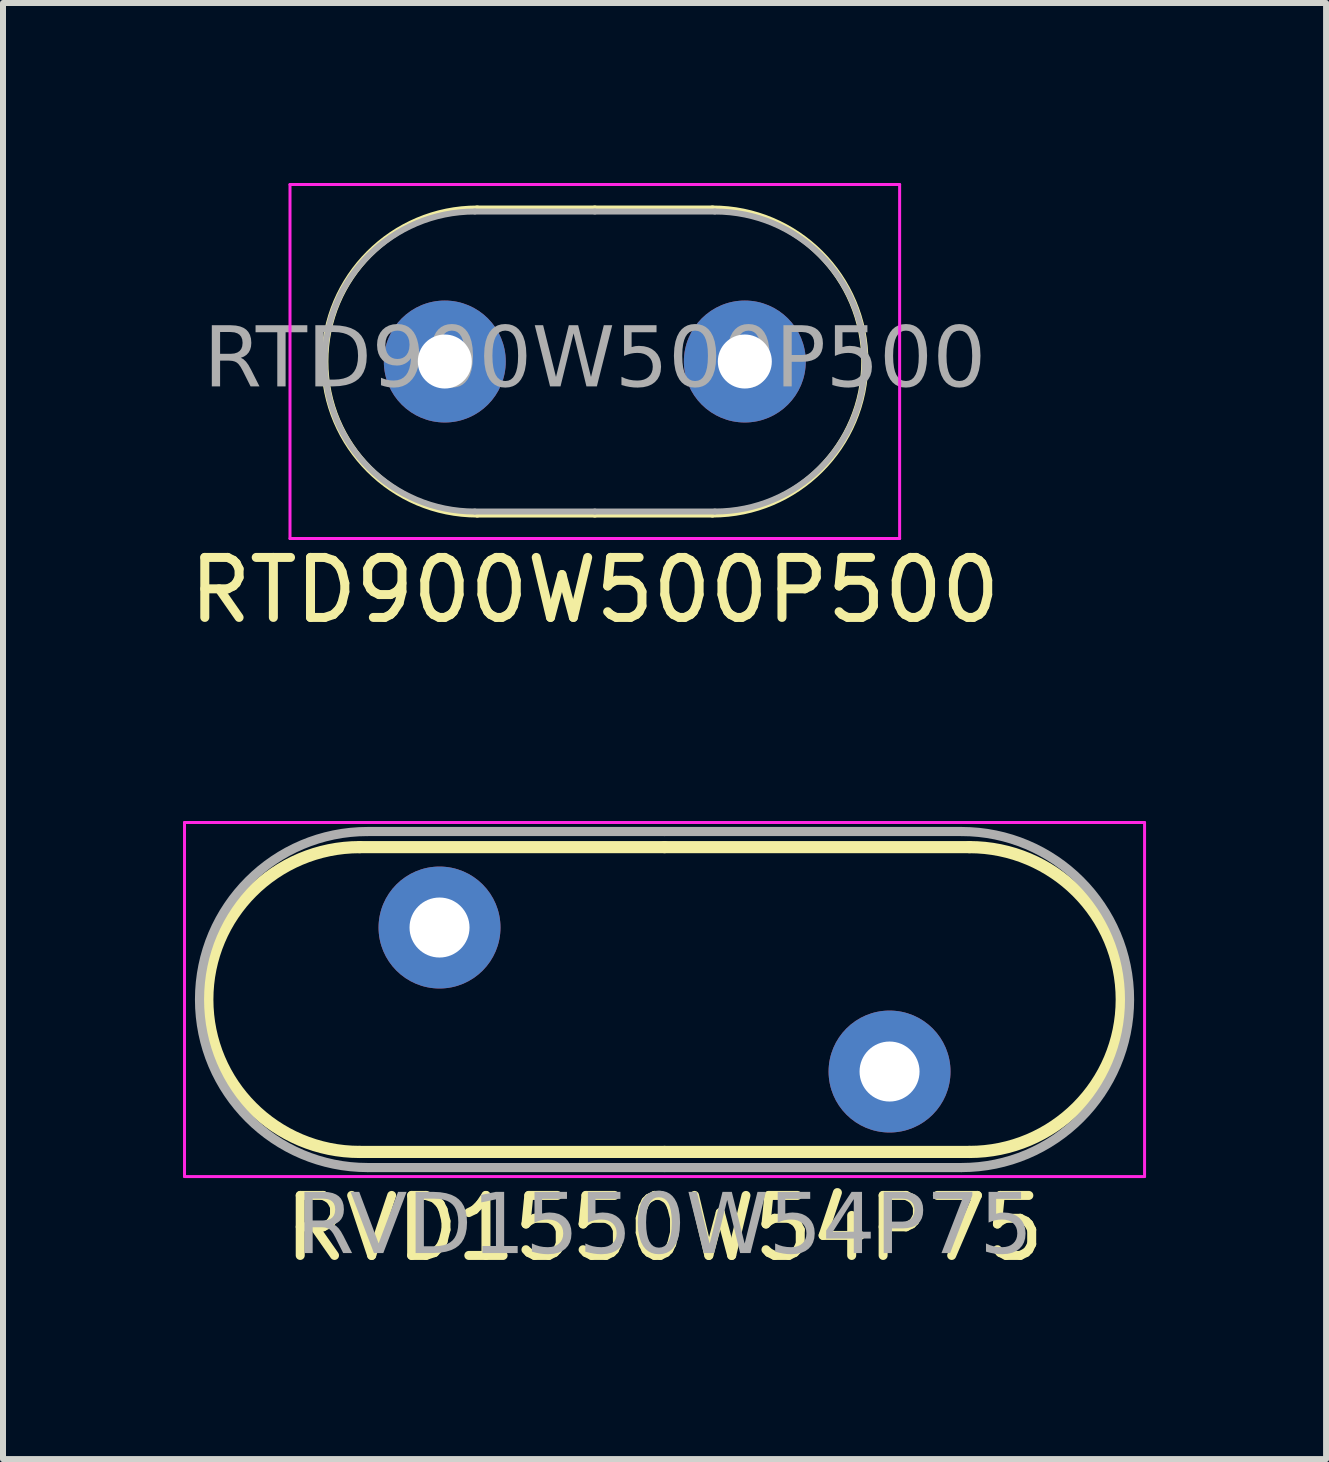
<source format=kicad_pcb>
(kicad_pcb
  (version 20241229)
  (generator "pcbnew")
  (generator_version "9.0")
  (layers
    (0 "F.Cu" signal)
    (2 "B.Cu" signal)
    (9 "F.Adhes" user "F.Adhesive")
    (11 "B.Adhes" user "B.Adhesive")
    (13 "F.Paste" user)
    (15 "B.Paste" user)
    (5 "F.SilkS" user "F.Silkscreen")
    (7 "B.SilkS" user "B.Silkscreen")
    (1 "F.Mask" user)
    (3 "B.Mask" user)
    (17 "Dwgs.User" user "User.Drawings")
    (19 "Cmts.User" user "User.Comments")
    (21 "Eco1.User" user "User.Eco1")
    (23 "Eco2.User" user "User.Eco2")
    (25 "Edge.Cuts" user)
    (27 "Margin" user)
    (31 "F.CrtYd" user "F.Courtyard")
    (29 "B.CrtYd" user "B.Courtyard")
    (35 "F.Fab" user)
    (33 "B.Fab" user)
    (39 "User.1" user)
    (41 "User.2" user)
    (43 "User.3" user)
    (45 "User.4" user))
  (footprint "RTD900W500P500"
    (layer "F.Cu")
    (at 6.863 2.975)
    (property "Reference" "RTD900W500P500" (at 0 3.81 0) (layer "F.SilkS") (effects (font (size 1 1) (thickness 0.15))))
    (attr through_hole)
    (fp_line (start -1.96 -2.54) (end 0 -2.54) (stroke (width 0.12) (type solid)) (layer "F.SilkS"))
    (fp_line (start -1.96 2.54) (end 0 2.54) (stroke (width 0.12) (type solid)) (layer "F.SilkS"))
    (fp_line (start 1.96 -2.54) (end 0 -2.54) (stroke (width 0.12) (type solid)) (layer "F.SilkS"))
    (fp_line (start 1.96 2.54) (end 0 2.54) (stroke (width 0.12) (type solid)) (layer "F.SilkS"))
    (fp_arc (start -1.96 2.54) (mid -4.5 0) (end -1.96 -2.54) (stroke (width 0.12) (type default)) (layer "F.SilkS"))
    (fp_arc (start 1.96 -2.54) (mid 4.5 0) (end 1.96 2.54) (stroke (width 0.12) (type default)) (layer "F.SilkS"))
    (fp_line (start -5.08 -2.95) (end -5.08 2.95) (stroke (width 0.05) (type solid)) (layer "F.CrtYd"))
    (fp_line (start -5.08 -2.95) (end 5.08 -2.95) (stroke (width 0.05) (type solid)) (layer "F.CrtYd"))
    (fp_line (start -5.08 2.95) (end 5.08 2.95) (stroke (width 0.05) (type solid)) (layer "F.CrtYd"))
    (fp_line (start 5.08 -2.95) (end 5.08 2.95) (stroke (width 0.05) (type solid)) (layer "F.CrtYd"))
    (fp_line (start -2 -2.5) (end 0 -2.5) (stroke (width 0.1) (type solid)) (layer "F.Fab"))
    (fp_line (start -2 2.5) (end 0 2.5) (stroke (width 0.1) (type solid)) (layer "F.Fab"))
    (fp_line (start 2 -2.5) (end 0 -2.5) (stroke (width 0.1) (type solid)) (layer "F.Fab"))
    (fp_line (start 2 2.5) (end 0 2.5) (stroke (width 0.1) (type solid)) (layer "F.Fab"))
    (fp_arc (start -2 2.5) (mid -4.5 0) (end -2 -2.5) (stroke (width 0.1) (type solid)) (layer "F.Fab"))
    (fp_arc (start 2 -2.5) (mid 4.5 0) (end 2 2.5) (stroke (width 0.1) (type solid)) (layer "F.Fab"))
    (fp_text user "${REFERENCE}" (at 0 0 0) (layer "F.Fab") (effects (font (face "Tahoma") (size 1 1) (thickness 0.15))))
    (pad "1" thru_hole circle (at -2.5 0) (size 2.032 2.032) (drill 0.9) (layers "*.Cu" "*.Mask"))
    (pad "2" thru_hole circle (at 2.5 0) (size 2.032 2.032) (drill 0.9) (layers "*.Cu" "*.Mask")))
  (footprint "RVD1550W54P75"
    (layer "F.Cu")
    (at 8.025 13.608)
    (property "Reference" "RVD1550W54P75" (at 0 3.81 0) (layer "F.SilkS") (effects (font (size 1 1) (thickness 0.15))))
    (attr through_hole)
    (fp_line (start -5.08 -2.54) (end 0 -2.54) (stroke (width 0.203) (type solid)) (layer "F.SilkS"))
    (fp_line (start -5.08 2.54) (end 0 2.54) (stroke (width 0.203) (type solid)) (layer "F.SilkS"))
    (fp_line (start 5.08 -2.54) (end 0 -2.54) (stroke (width 0.203) (type solid)) (layer "F.SilkS"))
    (fp_line (start 5.08 2.54) (end 0 2.54) (stroke (width 0.203) (type solid)) (layer "F.SilkS"))
    (fp_arc (start -5.08 2.54) (mid -7.62 0) (end -5.08 -2.54) (stroke (width 0.2032) (type default)) (layer "F.SilkS"))
    (fp_arc (start 5.08 -2.54) (mid 7.62 0) (end 5.08 2.54) (stroke (width 0.2032) (type default)) (layer "F.SilkS"))
    (fp_line (start -8 -2.95) (end -8 2.95) (stroke (width 0.05) (type solid)) (layer "F.CrtYd"))
    (fp_line (start -8 -2.95) (end 8 -2.95) (stroke (width 0.05) (type solid)) (layer "F.CrtYd"))
    (fp_line (start -8 2.95) (end 8 2.95) (stroke (width 0.05) (type solid)) (layer "F.CrtYd"))
    (fp_line (start 8 -2.95) (end 8 2.95) (stroke (width 0.05) (type solid)) (layer "F.CrtYd"))
    (fp_line (start -4.95 -2.8) (end 0 -2.8) (stroke (width 0.152) (type solid)) (layer "F.Fab"))
    (fp_line (start -4.95 2.8) (end 0 2.8) (stroke (width 0.152) (type solid)) (layer "F.Fab"))
    (fp_line (start 4.95 -2.8) (end 0 -2.8) (stroke (width 0.152) (type solid)) (layer "F.Fab"))
    (fp_line (start 4.95 2.8) (end 0 2.8) (stroke (width 0.152) (type solid)) (layer "F.Fab"))
    (fp_arc (start -4.95 2.8) (mid -7.75 0) (end -4.95 -2.8) (stroke (width 0.1524) (type solid)) (layer "F.Fab"))
    (fp_arc (start 4.95 -2.8) (mid 7.75 0) (end 4.95 2.8) (stroke (width 0.1524) (type solid)) (layer "F.Fab"))
    (fp_text user "${REFERENCE}" (at 0 3.81 0) (layer "F.Fab") (effects (font (face "Tahoma") (size 1 1) (thickness 0.15))))
    (pad "1" thru_hole circle (at -3.75 -1.2) (size 2.032 2.032) (drill 1) (layers "*.Cu" "*.Mask"))
    (pad "2" thru_hole circle (at 3.75 1.2) (size 2.032 2.032) (drill 1) (layers "*.Cu" "*.Mask")))
  (gr_rect
    (start -3 -3)
    (end 19.05 21.267)
    (stroke (width 0.1) (type default))
    (fill no)
    (layer "Edge.Cuts")))
</source>
